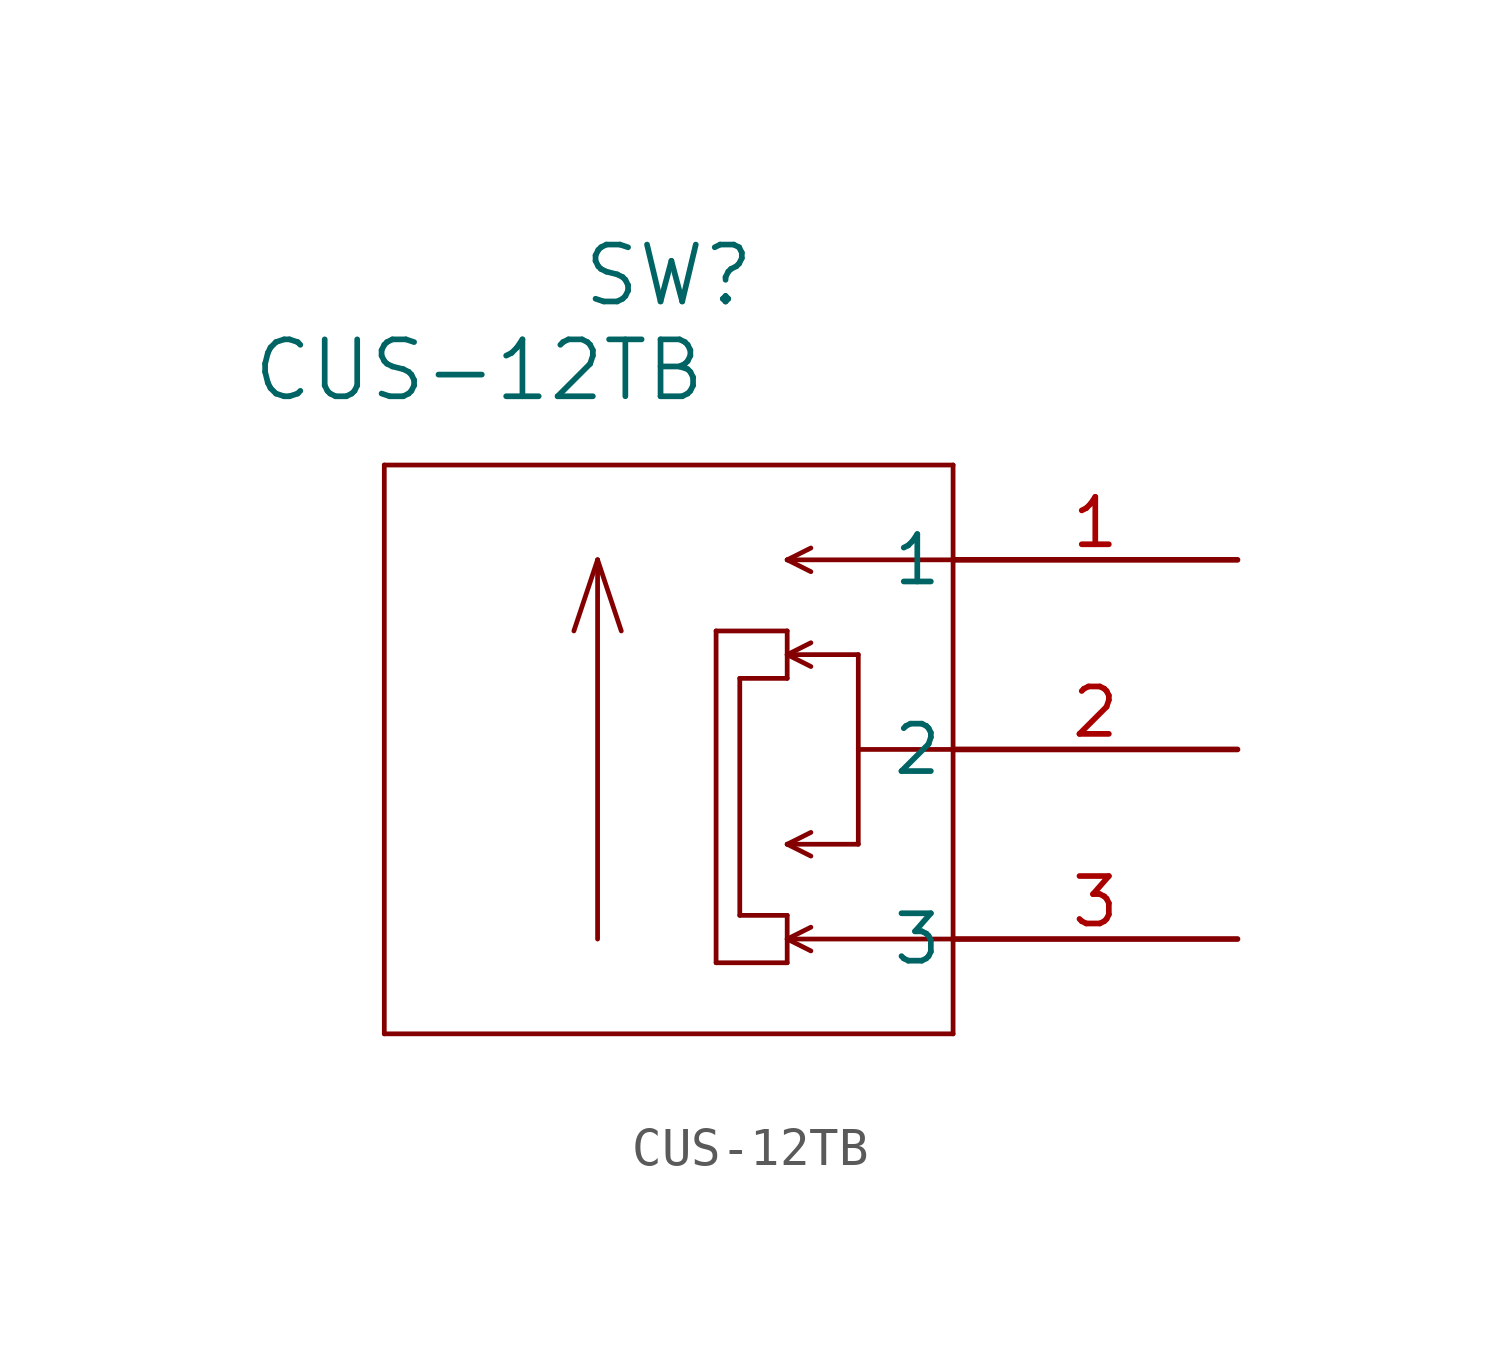
<source format=kicad_sym>
(kicad_symbol_lib
  (version 20211014)
  (generator kicad_symbol_editor)
  (symbol "CUS-12TB"
    (pin_names
      (offset 0.254))
    (property "Reference" "SW"
      (at -15.24 10.16 0)
      (effects (font (size 1.524 1.524))))
    (property "Value" "CUS-12TB"
      (at -20.32 7.62 0)
      (effects (font (size 1.524 1.524))))
    (symbol "CUS-12TB_0_1"
      (polyline (pts (xy -22.86 5.08) (xy -22.86 -10.16)) (stroke (width 0.127) (type default) (color 0 0 0 0)) (fill (type none)))
      (polyline (pts (xy -22.86 -10.16) (xy -7.62 -10.16)) (stroke (width 0.127) (type default) (color 0 0 0 0)) (fill (type none)))
      (polyline (pts (xy -7.62 -10.16) (xy -7.62 5.08)) (stroke (width 0.127) (type default) (color 0 0 0 0)) (fill (type none)))
      (polyline (pts (xy -7.62 5.08) (xy -22.86 5.08)) (stroke (width 0.127) (type default) (color 0 0 0 0)) (fill (type none)))
      (polyline (pts (xy -7.62 -7.62) (xy -12.065 -7.62)) (stroke (width 0.127) (type default) (color 0 0 0 0)) (fill (type none)))
      (polyline (pts (xy -12.065 -7.62) (xy -11.43 -7.303)) (stroke (width 0.127) (type default) (color 0 0 0 0)) (fill (type none)))
      (polyline (pts (xy -12.065 -7.62) (xy -11.43 -7.938)) (stroke (width 0.127) (type default) (color 0 0 0 0)) (fill (type none)))
      (polyline (pts (xy -7.62 -2.54) (xy -10.16 -2.54)) (stroke (width 0.127) (type default) (color 0 0 0 0)) (fill (type none)))
      (polyline (pts (xy -12.065 0) (xy -11.43 0.318)) (stroke (width 0.127) (type default) (color 0 0 0 0)) (fill (type none)))
      (polyline (pts (xy -12.065 0) (xy -11.43 -0.318)) (stroke (width 0.127) (type default) (color 0 0 0 0)) (fill (type none)))
      (polyline (pts (xy -7.62 2.54) (xy -12.065 2.54)) (stroke (width 0.127) (type default) (color 0 0 0 0)) (fill (type none)))
      (polyline (pts (xy -12.065 2.54) (xy -11.43 2.857)) (stroke (width 0.127) (type default) (color 0 0 0 0)) (fill (type none)))
      (polyline (pts (xy -12.065 2.54) (xy -11.43 2.223)) (stroke (width 0.127) (type default) (color 0 0 0 0)) (fill (type none)))
      (polyline (pts (xy -12.065 -6.985) (xy -12.065 -8.255)) (stroke (width 0.127) (type default) (color 0 0 0 0)) (fill (type none)))
      (polyline (pts (xy -12.065 -8.255) (xy -13.97 -8.255)) (stroke (width 0.127) (type default) (color 0 0 0 0)) (fill (type none)))
      (polyline (pts (xy -13.97 -8.255) (xy -13.97 0.635)) (stroke (width 0.127) (type default) (color 0 0 0 0)) (fill (type none)))
      (polyline (pts (xy -13.97 0.635) (xy -12.065 0.635)) (stroke (width 0.127) (type default) (color 0 0 0 0)) (fill (type none)))
      (polyline (pts (xy -12.065 -0.635) (xy -12.065 0.635)) (stroke (width 0.127) (type default) (color 0 0 0 0)) (fill (type none)))
      (polyline (pts (xy -12.065 -0.635) (xy -13.335 -0.635)) (stroke (width 0.127) (type default) (color 0 0 0 0)) (fill (type none)))
      (polyline (pts (xy -13.335 -0.635) (xy -13.335 -6.985)) (stroke (width 0.127) (type default) (color 0 0 0 0)) (fill (type none)))
      (polyline (pts (xy -13.335 -6.985) (xy -12.065 -6.985)) (stroke (width 0.127) (type default) (color 0 0 0 0)) (fill (type none)))
      (polyline (pts (xy -17.145 -7.62) (xy -17.145 2.54)) (stroke (width 0.127) (type default) (color 0 0 0 0)) (fill (type none)))
      (polyline (pts (xy -17.145 2.54) (xy -17.78 0.635)) (stroke (width 0.127) (type default) (color 0 0 0 0)) (fill (type none)))
      (polyline (pts (xy -17.145 2.54) (xy -16.51 0.635)) (stroke (width 0.127) (type default) (color 0 0 0 0)) (fill (type none)))
      (polyline (pts (xy -10.16 -5.08) (xy -10.16 0)) (stroke (width 0.127) (type default) (color 0 0 0 0)) (fill (type none)))
      (polyline (pts (xy -12.065 0) (xy -10.16 0)) (stroke (width 0.127) (type default) (color 0 0 0 0)) (fill (type none)))
      (polyline (pts (xy -12.065 -5.08) (xy -11.43 -4.763)) (stroke (width 0.127) (type default) (color 0 0 0 0)) (fill (type none)))
      (polyline (pts (xy -12.065 -5.08) (xy -11.43 -5.397)) (stroke (width 0.127) (type default) (color 0 0 0 0)) (fill (type none)))
      (polyline (pts (xy -12.065 -5.08) (xy -10.16 -5.08)) (stroke (width 0.127) (type default) (color 0 0 0 0)) (fill (type none)))
      (pin unspecified line (at 0 2.54 180) (length 7.62) (name "1" (effects (font (size 1.27 1.27)))) (number "1" (effects (font (size 1.27 1.27)))))
      (pin unspecified line (at 0 -2.54 180) (length 7.62) (name "2" (effects (font (size 1.27 1.27)))) (number "2" (effects (font (size 1.27 1.27)))))
      (pin unspecified line (at 0 -7.62 180) (length 7.62) (name "3" (effects (font (size 1.27 1.27)))) (number "3" (effects (font (size 1.27 1.27))))))))
</source>
